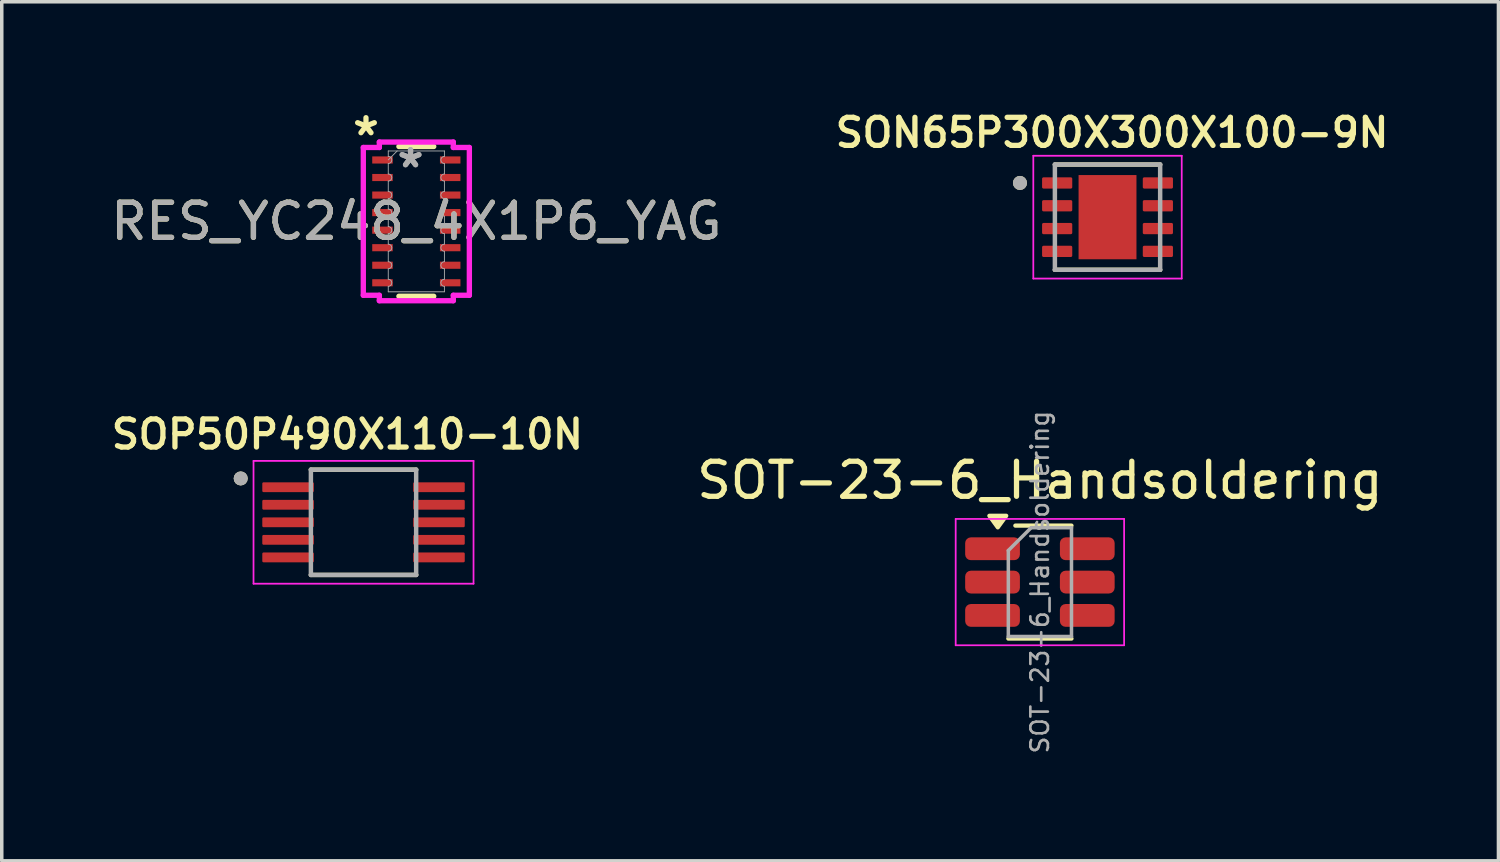
<source format=kicad_pcb>
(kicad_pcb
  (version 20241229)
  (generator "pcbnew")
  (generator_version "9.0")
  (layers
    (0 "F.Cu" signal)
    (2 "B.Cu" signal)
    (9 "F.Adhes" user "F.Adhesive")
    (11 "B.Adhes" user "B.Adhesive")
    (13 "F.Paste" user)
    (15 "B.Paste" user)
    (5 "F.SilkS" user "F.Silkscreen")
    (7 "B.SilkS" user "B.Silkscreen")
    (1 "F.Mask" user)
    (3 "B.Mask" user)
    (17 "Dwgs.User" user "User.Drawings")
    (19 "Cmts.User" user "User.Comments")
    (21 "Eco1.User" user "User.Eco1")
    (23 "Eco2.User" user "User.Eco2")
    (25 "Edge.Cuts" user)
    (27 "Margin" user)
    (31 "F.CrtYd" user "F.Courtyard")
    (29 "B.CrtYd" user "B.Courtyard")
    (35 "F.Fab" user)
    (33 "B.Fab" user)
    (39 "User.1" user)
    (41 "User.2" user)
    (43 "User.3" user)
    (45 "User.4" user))
  (footprint "SOT-23-6_Handsoldering"
    (layer "F.Cu")
    (at 26.586 13.539)
    (property "Reference" "SOT-23-6_Handsoldering" (at 0 -2.9 0) (layer "F.SilkS") (effects (font (size 1 1) (thickness 0.15))))
    (attr smd)
    (fp_line (start -0.9 1.61) (end 0.9 1.61) (stroke (width 0.12) (type solid)) (layer "F.SilkS"))
    (fp_line (start 0.1 -1.61) (end -0.7 -1.61) (stroke (width 0.12) (type solid)) (layer "F.SilkS"))
    (fp_line (start 0.1 -1.61) (end 0.9 -1.61) (stroke (width 0.12) (type solid)) (layer "F.SilkS"))
    (fp_poly (pts (xy -1.2 -1.56) (xy -1.44 -1.89) (xy -0.96 -1.89) (xy -1.2 -1.56)) (stroke (width 0.12) (type solid)) (fill yes) (layer "F.SilkS"))
    (fp_line (start -2.4 -1.8) (end 2.4 -1.8) (stroke (width 0.05) (type solid)) (layer "F.CrtYd"))
    (fp_line (start -2.4 1.8) (end -2.4 -1.8) (stroke (width 0.05) (type solid)) (layer "F.CrtYd"))
    (fp_line (start 2.4 -1.8) (end 2.4 1.8) (stroke (width 0.05) (type solid)) (layer "F.CrtYd"))
    (fp_line (start 2.4 1.8) (end -2.4 1.8) (stroke (width 0.05) (type solid)) (layer "F.CrtYd"))
    (fp_line (start -0.9 -0.9) (end -0.9 1.55) (stroke (width 0.1) (type solid)) (layer "F.Fab"))
    (fp_line (start -0.9 -0.9) (end -0.25 -1.55) (stroke (width 0.1) (type solid)) (layer "F.Fab"))
    (fp_line (start 0.9 -1.55) (end -0.25 -1.55) (stroke (width 0.1) (type solid)) (layer "F.Fab"))
    (fp_line (start 0.9 -1.55) (end 0.9 1.55) (stroke (width 0.1) (type solid)) (layer "F.Fab"))
    (fp_line (start 0.9 1.55) (end -0.9 1.55) (stroke (width 0.1) (type solid)) (layer "F.Fab"))
    (fp_text user "${REFERENCE}" (at 0 0 90) (layer "F.Fab") (effects (font (size 0.5 0.5) (thickness 0.075))))
    (pad "1" smd roundrect (at -1.35 -0.95 180) (size 1.56 0.65) (layers "F.Cu" "F.Mask" "F.Paste") (roundrect_rratio 0.25))
    (pad "2" smd roundrect (at -1.35 0 180) (size 1.56 0.65) (layers "F.Cu" "F.Mask" "F.Paste") (roundrect_rratio 0.25))
    (pad "3" smd roundrect (at -1.35 0.95 180) (size 1.56 0.65) (layers "F.Cu" "F.Mask" "F.Paste") (roundrect_rratio 0.25))
    (pad "4" smd roundrect (at 1.35 0.95 180) (size 1.56 0.65) (layers "F.Cu" "F.Mask" "F.Paste") (roundrect_rratio 0.25))
    (pad "5" smd roundrect (at 1.35 0 180) (size 1.56 0.65) (layers "F.Cu" "F.Mask" "F.Paste") (roundrect_rratio 0.25))
    (pad "6" smd roundrect (at 1.35 -0.95 180) (size 1.56 0.65) (layers "F.Cu" "F.Mask" "F.Paste") (roundrect_rratio 0.25)))
  (footprint "SON65P300X300X100-9N"
    (layer "F.Cu")
    (at 28.513 3.139)
    (property "Reference" "SON65P300X300X100-9N" (at 0.13 -2.408 0) (layer "F.SilkS") (effects (font (size 0.8 0.8) (thickness 0.15))))
    (attr smd)
    (fp_line (start -1.5 -1.5) (end 1.5 -1.5) (stroke (width 0.127) (type solid)) (layer "F.SilkS"))
    (fp_line (start -1.5 1.5) (end 1.5 1.5) (stroke (width 0.127) (type solid)) (layer "F.SilkS"))
    (fp_circle (center -2.495 -0.975) (end -2.395 -0.975) (stroke (width 0.2) (type solid)) (fill no) (layer "F.SilkS"))
    (fp_poly (pts (xy -0.52 -0.76) (xy 0.52 -0.76) (xy 0.52 0.76) (xy -0.52 0.76)) (stroke (width 0.01) (type solid)) (fill yes) (layer "F.Paste"))
    (fp_line (start -2.115 -1.75) (end -2.115 1.75) (stroke (width 0.05) (type solid)) (layer "F.CrtYd"))
    (fp_line (start -2.115 -1.75) (end 2.115 -1.75) (stroke (width 0.05) (type solid)) (layer "F.CrtYd"))
    (fp_line (start -2.115 1.75) (end 2.115 1.75) (stroke (width 0.05) (type solid)) (layer "F.CrtYd"))
    (fp_line (start 2.115 -1.75) (end 2.115 1.75) (stroke (width 0.05) (type solid)) (layer "F.CrtYd"))
    (fp_line (start -1.5 -1.5) (end -1.5 1.5) (stroke (width 0.127) (type solid)) (layer "F.Fab"))
    (fp_line (start -1.5 -1.5) (end 1.5 -1.5) (stroke (width 0.127) (type solid)) (layer "F.Fab"))
    (fp_line (start -1.5 1.5) (end 1.5 1.5) (stroke (width 0.127) (type solid)) (layer "F.Fab"))
    (fp_line (start 1.5 -1.5) (end 1.5 1.5) (stroke (width 0.127) (type solid)) (layer "F.Fab"))
    (fp_circle (center -2.495 -0.975) (end -2.395 -0.975) (stroke (width 0.2) (type solid)) (fill no) (layer "F.Fab"))
    (pad "1" smd roundrect (at -1.435 -0.975) (size 0.86 0.32) (layers "F.Cu" "F.Mask" "F.Paste") (roundrect_rratio 0.125))
    (pad "2" smd roundrect (at -1.435 -0.325) (size 0.86 0.32) (layers "F.Cu" "F.Mask" "F.Paste") (roundrect_rratio 0.125))
    (pad "3" smd roundrect (at -1.435 0.325) (size 0.86 0.32) (layers "F.Cu" "F.Mask" "F.Paste") (roundrect_rratio 0.125))
    (pad "4" smd roundrect (at -1.435 0.975) (size 0.86 0.32) (layers "F.Cu" "F.Mask" "F.Paste") (roundrect_rratio 0.125))
    (pad "5" smd roundrect (at 1.435 0.975) (size 0.86 0.32) (layers "F.Cu" "F.Mask" "F.Paste") (roundrect_rratio 0.125))
    (pad "6" smd roundrect (at 1.435 0.325) (size 0.86 0.32) (layers "F.Cu" "F.Mask" "F.Paste") (roundrect_rratio 0.125))
    (pad "7" smd roundrect (at 1.435 -0.325) (size 0.86 0.32) (layers "F.Cu" "F.Mask" "F.Paste") (roundrect_rratio 0.125))
    (pad "8" smd roundrect (at 1.435 -0.975) (size 0.86 0.32) (layers "F.Cu" "F.Mask" "F.Paste") (roundrect_rratio 0.125))
    (pad "9" smd rect (at 0 0) (size 1.65 2.4) (layers "F.Cu" "F.Mask")))
  (footprint "RES_YC248_4X1P6_YAG"
    (layer "F.Cu")
    (at 8.815 3.259)
    (property "Reference" "RES_YC248_4X1P6_YAG" (at 0 0 0) (unlocked yes) (layer "F.SilkS") (effects (font (size 1 1) (thickness 0.15))))
    (attr smd)
    (fp_line (start -0.496 -2.134) (end 0.496 -2.134) (stroke (width 0.152) (type solid)) (layer "F.SilkS"))
    (fp_line (start -0.496 2.134) (end 0.496 2.134) (stroke (width 0.152) (type solid)) (layer "F.SilkS"))
    (fp_line (start -1.511 -2.106) (end -1.054 -2.106) (stroke (width 0.152) (type solid)) (layer "F.CrtYd"))
    (fp_line (start -1.511 2.106) (end -1.511 -2.106) (stroke (width 0.152) (type solid)) (layer "F.CrtYd"))
    (fp_line (start -1.511 2.106) (end -1.054 2.106) (stroke (width 0.152) (type solid)) (layer "F.CrtYd"))
    (fp_line (start -1.054 -2.261) (end 1.054 -2.261) (stroke (width 0.152) (type solid)) (layer "F.CrtYd"))
    (fp_line (start -1.054 -2.106) (end -1.054 -2.261) (stroke (width 0.152) (type solid)) (layer "F.CrtYd"))
    (fp_line (start -1.054 2.261) (end -1.054 2.106) (stroke (width 0.152) (type solid)) (layer "F.CrtYd"))
    (fp_line (start 1.054 -2.261) (end 1.054 -2.106) (stroke (width 0.152) (type solid)) (layer "F.CrtYd"))
    (fp_line (start 1.054 2.106) (end 1.054 2.261) (stroke (width 0.152) (type solid)) (layer "F.CrtYd"))
    (fp_line (start 1.054 2.261) (end -1.054 2.261) (stroke (width 0.152) (type solid)) (layer "F.CrtYd"))
    (fp_line (start 1.511 -2.106) (end 1.054 -2.106) (stroke (width 0.152) (type solid)) (layer "F.CrtYd"))
    (fp_line (start 1.511 -2.106) (end 1.511 2.106) (stroke (width 0.152) (type solid)) (layer "F.CrtYd"))
    (fp_line (start 1.511 2.106) (end 1.054 2.106) (stroke (width 0.152) (type solid)) (layer "F.CrtYd"))
    (fp_line (start -0.8 -2.007) (end 0.8 -2.007) (stroke (width 0.025) (type solid)) (layer "F.Fab"))
    (fp_line (start -0.8 -1.852) (end -0.8 -2.007) (stroke (width 0.025) (type solid)) (layer "F.Fab"))
    (fp_line (start -0.8 -1.648) (end -0.8 -1.352) (stroke (width 0.025) (type solid)) (layer "F.Fab"))
    (fp_line (start -0.8 -1.148) (end -0.8 -0.852) (stroke (width 0.025) (type solid)) (layer "F.Fab"))
    (fp_line (start -0.8 -0.648) (end -0.8 -0.352) (stroke (width 0.025) (type solid)) (layer "F.Fab"))
    (fp_line (start -0.8 -0.148) (end -0.8 0.148) (stroke (width 0.025) (type solid)) (layer "F.Fab"))
    (fp_line (start -0.8 0.352) (end -0.8 0.648) (stroke (width 0.025) (type solid)) (layer "F.Fab"))
    (fp_line (start -0.8 0.852) (end -0.8 1.148) (stroke (width 0.025) (type solid)) (layer "F.Fab"))
    (fp_line (start -0.8 1.352) (end -0.8 1.648) (stroke (width 0.025) (type solid)) (layer "F.Fab"))
    (fp_line (start -0.8 1.852) (end -0.8 2.007) (stroke (width 0.025) (type solid)) (layer "F.Fab"))
    (fp_line (start -0.8 2.007) (end 0.8 2.007) (stroke (width 0.025) (type solid)) (layer "F.Fab"))
    (fp_line (start -0.546 -2.007) (end -0.8 -1.753) (stroke (width 0.025) (type solid)) (layer "F.Fab"))
    (fp_line (start 0.8 -1.852) (end 0.8 -2.007) (stroke (width 0.025) (type solid)) (layer "F.Fab"))
    (fp_line (start 0.8 -1.648) (end 0.8 -1.352) (stroke (width 0.025) (type solid)) (layer "F.Fab"))
    (fp_line (start 0.8 -1.148) (end 0.8 -0.852) (stroke (width 0.025) (type solid)) (layer "F.Fab"))
    (fp_line (start 0.8 -0.648) (end 0.8 -0.352) (stroke (width 0.025) (type solid)) (layer "F.Fab"))
    (fp_line (start 0.8 -0.148) (end 0.8 0.148) (stroke (width 0.025) (type solid)) (layer "F.Fab"))
    (fp_line (start 0.8 0.352) (end 0.8 0.648) (stroke (width 0.025) (type solid)) (layer "F.Fab"))
    (fp_line (start 0.8 0.852) (end 0.8 1.148) (stroke (width 0.025) (type solid)) (layer "F.Fab"))
    (fp_line (start 0.8 1.352) (end 0.8 1.648) (stroke (width 0.025) (type solid)) (layer "F.Fab"))
    (fp_line (start 0.8 1.852) (end 0.8 2.007) (stroke (width 0.025) (type solid)) (layer "F.Fab"))
    (fp_arc (start -0.8001 -1.851599) (mid -0.6985 -1.749999) (end -0.8001 -1.648399) (stroke (width 0.0254) (type solid)) (layer "F.Fab"))
    (fp_arc (start -0.8001 -1.3516) (mid -0.6985 -1.25) (end -0.8001 -1.1484) (stroke (width 0.0254) (type solid)) (layer "F.Fab"))
    (fp_arc (start -0.8001 -0.851601) (mid -0.6985 -0.750001) (end -0.8001 -0.648401) (stroke (width 0.0254) (type solid)) (layer "F.Fab"))
    (fp_arc (start -0.8001 -0.351599) (mid -0.6985 -0.25) (end -0.8001 -0.1484) (stroke (width 0.0254) (type solid)) (layer "F.Fab"))
    (fp_arc (start -0.8001 0.1484) (mid -0.6985 0.249999) (end -0.8001 0.351599) (stroke (width 0.0254) (type solid)) (layer "F.Fab"))
    (fp_arc (start -0.8001 0.648401) (mid -0.6985 0.750001) (end -0.8001 0.851601) (stroke (width 0.0254) (type solid)) (layer "F.Fab"))
    (fp_arc (start -0.8001 1.1484) (mid -0.6985 1.25) (end -0.8001 1.3516) (stroke (width 0.0254) (type solid)) (layer "F.Fab"))
    (fp_arc (start -0.8001 1.648399) (mid -0.6985 1.749999) (end -0.8001 1.851599) (stroke (width 0.0254) (type solid)) (layer "F.Fab"))
    (fp_arc (start 0.8001 -1.648399) (mid 0.6985 -1.749999) (end 0.8001 -1.851599) (stroke (width 0.0254) (type solid)) (layer "F.Fab"))
    (fp_arc (start 0.8001 -1.1484) (mid 0.6985 -1.25) (end 0.8001 -1.3516) (stroke (width 0.0254) (type solid)) (layer "F.Fab"))
    (fp_arc (start 0.8001 -0.648401) (mid 0.6985 -0.750001) (end 0.8001 -0.851601) (stroke (width 0.0254) (type solid)) (layer "F.Fab"))
    (fp_arc (start 0.8001 -0.1484) (mid 0.6985 -0.249999) (end 0.8001 -0.351599) (stroke (width 0.0254) (type solid)) (layer "F.Fab"))
    (fp_arc (start 0.8001 0.351599) (mid 0.6985 0.25) (end 0.8001 0.1484) (stroke (width 0.0254) (type solid)) (layer "F.Fab"))
    (fp_arc (start 0.8001 0.851601) (mid 0.6985 0.750001) (end 0.8001 0.648401) (stroke (width 0.0254) (type solid)) (layer "F.Fab"))
    (fp_arc (start 0.8001 1.3516) (mid 0.6985 1.25) (end 0.8001 1.1484) (stroke (width 0.0254) (type solid)) (layer "F.Fab"))
    (fp_arc (start 0.8001 1.851599) (mid 0.6985 1.749999) (end 0.8001 1.648399) (stroke (width 0.0254) (type solid)) (layer "F.Fab"))
    (fp_text user "*" (at -1.435 -2.41 0) (unlocked yes) (layer "F.SilkS") (effects (font (size 1 1) (thickness 0.15))))
    (fp_text user "*" (at -0.165 -1.499 0) (layer "F.Fab") (effects (font (size 1 1) (thickness 0.15))))
    (fp_text user "${REFERENCE}" (at 0 0 0) (unlocked yes) (layer "F.Fab") (effects (font (size 1 1) (thickness 0.15))))
    (fp_text user "*" (at -0.165 -1.499 0) (unlocked yes) (layer "F.Fab") (effects (font (size 1 1) (thickness 0.15))))
    (pad "1" smd rect (at -0.965 -1.75) (size 0.584 0.203) (layers "F.Cu" "F.Mask" "F.Paste"))
    (pad "2" smd rect (at -0.965 -1.25) (size 0.584 0.203) (layers "F.Cu" "F.Mask" "F.Paste"))
    (pad "3" smd rect (at -0.965 -0.75) (size 0.584 0.203) (layers "F.Cu" "F.Mask" "F.Paste"))
    (pad "4" smd rect (at -0.965 -0.25) (size 0.584 0.203) (layers "F.Cu" "F.Mask" "F.Paste"))
    (pad "5" smd rect (at -0.965 0.25) (size 0.584 0.203) (layers "F.Cu" "F.Mask" "F.Paste"))
    (pad "6" smd rect (at -0.965 0.75) (size 0.584 0.203) (layers "F.Cu" "F.Mask" "F.Paste"))
    (pad "7" smd rect (at -0.965 1.25) (size 0.584 0.203) (layers "F.Cu" "F.Mask" "F.Paste"))
    (pad "8" smd rect (at -0.965 1.75) (size 0.584 0.203) (layers "F.Cu" "F.Mask" "F.Paste"))
    (pad "9" smd rect (at 0.965 1.75) (size 0.584 0.203) (layers "F.Cu" "F.Mask" "F.Paste"))
    (pad "10" smd rect (at 0.965 1.25) (size 0.584 0.203) (layers "F.Cu" "F.Mask" "F.Paste"))
    (pad "11" smd rect (at 0.965 0.75) (size 0.584 0.203) (layers "F.Cu" "F.Mask" "F.Paste"))
    (pad "12" smd rect (at 0.965 0.25) (size 0.584 0.203) (layers "F.Cu" "F.Mask" "F.Paste"))
    (pad "13" smd rect (at 0.965 -0.25) (size 0.584 0.203) (layers "F.Cu" "F.Mask" "F.Paste"))
    (pad "14" smd rect (at 0.965 -0.75) (size 0.584 0.203) (layers "F.Cu" "F.Mask" "F.Paste"))
    (pad "15" smd rect (at 0.965 -1.25) (size 0.584 0.203) (layers "F.Cu" "F.Mask" "F.Paste"))
    (pad "16" smd rect (at 0.965 -1.75) (size 0.584 0.203) (layers "F.Cu" "F.Mask" "F.Paste")))
  (footprint "SOP50P490X110-10N"
    (layer "F.Cu")
    (at 7.31 11.835)
    (property "Reference" "SOP50P490X110-10N" (at -0.46 -2.508 0) (layer "F.SilkS") (effects (font (size 0.8 0.8) (thickness 0.15))))
    (attr smd)
    (fp_line (start -1.5 -1.5) (end 1.5 -1.5) (stroke (width 0.127) (type solid)) (layer "F.SilkS"))
    (fp_line (start -1.5 1.5) (end 1.5 1.5) (stroke (width 0.127) (type solid)) (layer "F.SilkS"))
    (fp_circle (center -3.5 -1.25) (end -3.4 -1.25) (stroke (width 0.2) (type solid)) (fill no) (layer "F.SilkS"))
    (fp_line (start -3.135 -1.75) (end -3.135 1.75) (stroke (width 0.05) (type solid)) (layer "F.CrtYd"))
    (fp_line (start -3.135 -1.75) (end 3.135 -1.75) (stroke (width 0.05) (type solid)) (layer "F.CrtYd"))
    (fp_line (start -3.135 1.75) (end 3.135 1.75) (stroke (width 0.05) (type solid)) (layer "F.CrtYd"))
    (fp_line (start 3.135 -1.75) (end 3.135 1.75) (stroke (width 0.05) (type solid)) (layer "F.CrtYd"))
    (fp_line (start -1.5 -1.5) (end -1.5 1.5) (stroke (width 0.127) (type solid)) (layer "F.Fab"))
    (fp_line (start -1.5 -1.5) (end 1.5 -1.5) (stroke (width 0.127) (type solid)) (layer "F.Fab"))
    (fp_line (start -1.5 1.5) (end 1.5 1.5) (stroke (width 0.127) (type solid)) (layer "F.Fab"))
    (fp_line (start 1.5 -1.5) (end 1.5 1.5) (stroke (width 0.127) (type solid)) (layer "F.Fab"))
    (fp_circle (center -3.5 -1.25) (end -3.4 -1.25) (stroke (width 0.2) (type solid)) (fill no) (layer "F.Fab"))
    (pad "1" smd roundrect (at -2.15 -1) (size 1.47 0.28) (layers "F.Cu" "F.Mask" "F.Paste") (roundrect_rratio 0.125))
    (pad "2" smd roundrect (at -2.15 -0.5) (size 1.47 0.28) (layers "F.Cu" "F.Mask" "F.Paste") (roundrect_rratio 0.125))
    (pad "3" smd roundrect (at -2.15 0) (size 1.47 0.28) (layers "F.Cu" "F.Mask" "F.Paste") (roundrect_rratio 0.125))
    (pad "4" smd roundrect (at -2.15 0.5) (size 1.47 0.28) (layers "F.Cu" "F.Mask" "F.Paste") (roundrect_rratio 0.125))
    (pad "5" smd roundrect (at -2.15 1) (size 1.47 0.28) (layers "F.Cu" "F.Mask" "F.Paste") (roundrect_rratio 0.125))
    (pad "6" smd roundrect (at 2.15 1) (size 1.47 0.28) (layers "F.Cu" "F.Mask" "F.Paste") (roundrect_rratio 0.125))
    (pad "7" smd roundrect (at 2.15 0.5) (size 1.47 0.28) (layers "F.Cu" "F.Mask" "F.Paste") (roundrect_rratio 0.125))
    (pad "8" smd roundrect (at 2.15 0) (size 1.47 0.28) (layers "F.Cu" "F.Mask" "F.Paste") (roundrect_rratio 0.125))
    (pad "9" smd roundrect (at 2.15 -0.5) (size 1.47 0.28) (layers "F.Cu" "F.Mask" "F.Paste") (roundrect_rratio 0.125))
    (pad "10" smd roundrect (at 2.15 -1) (size 1.47 0.28) (layers "F.Cu" "F.Mask" "F.Paste") (roundrect_rratio 0.125)))
  (gr_rect
    (start -3 -3)
    (end 39.654 21.482)
    (stroke (width 0.1) (type default))
    (fill no)
    (layer "Edge.Cuts")))
</source>
